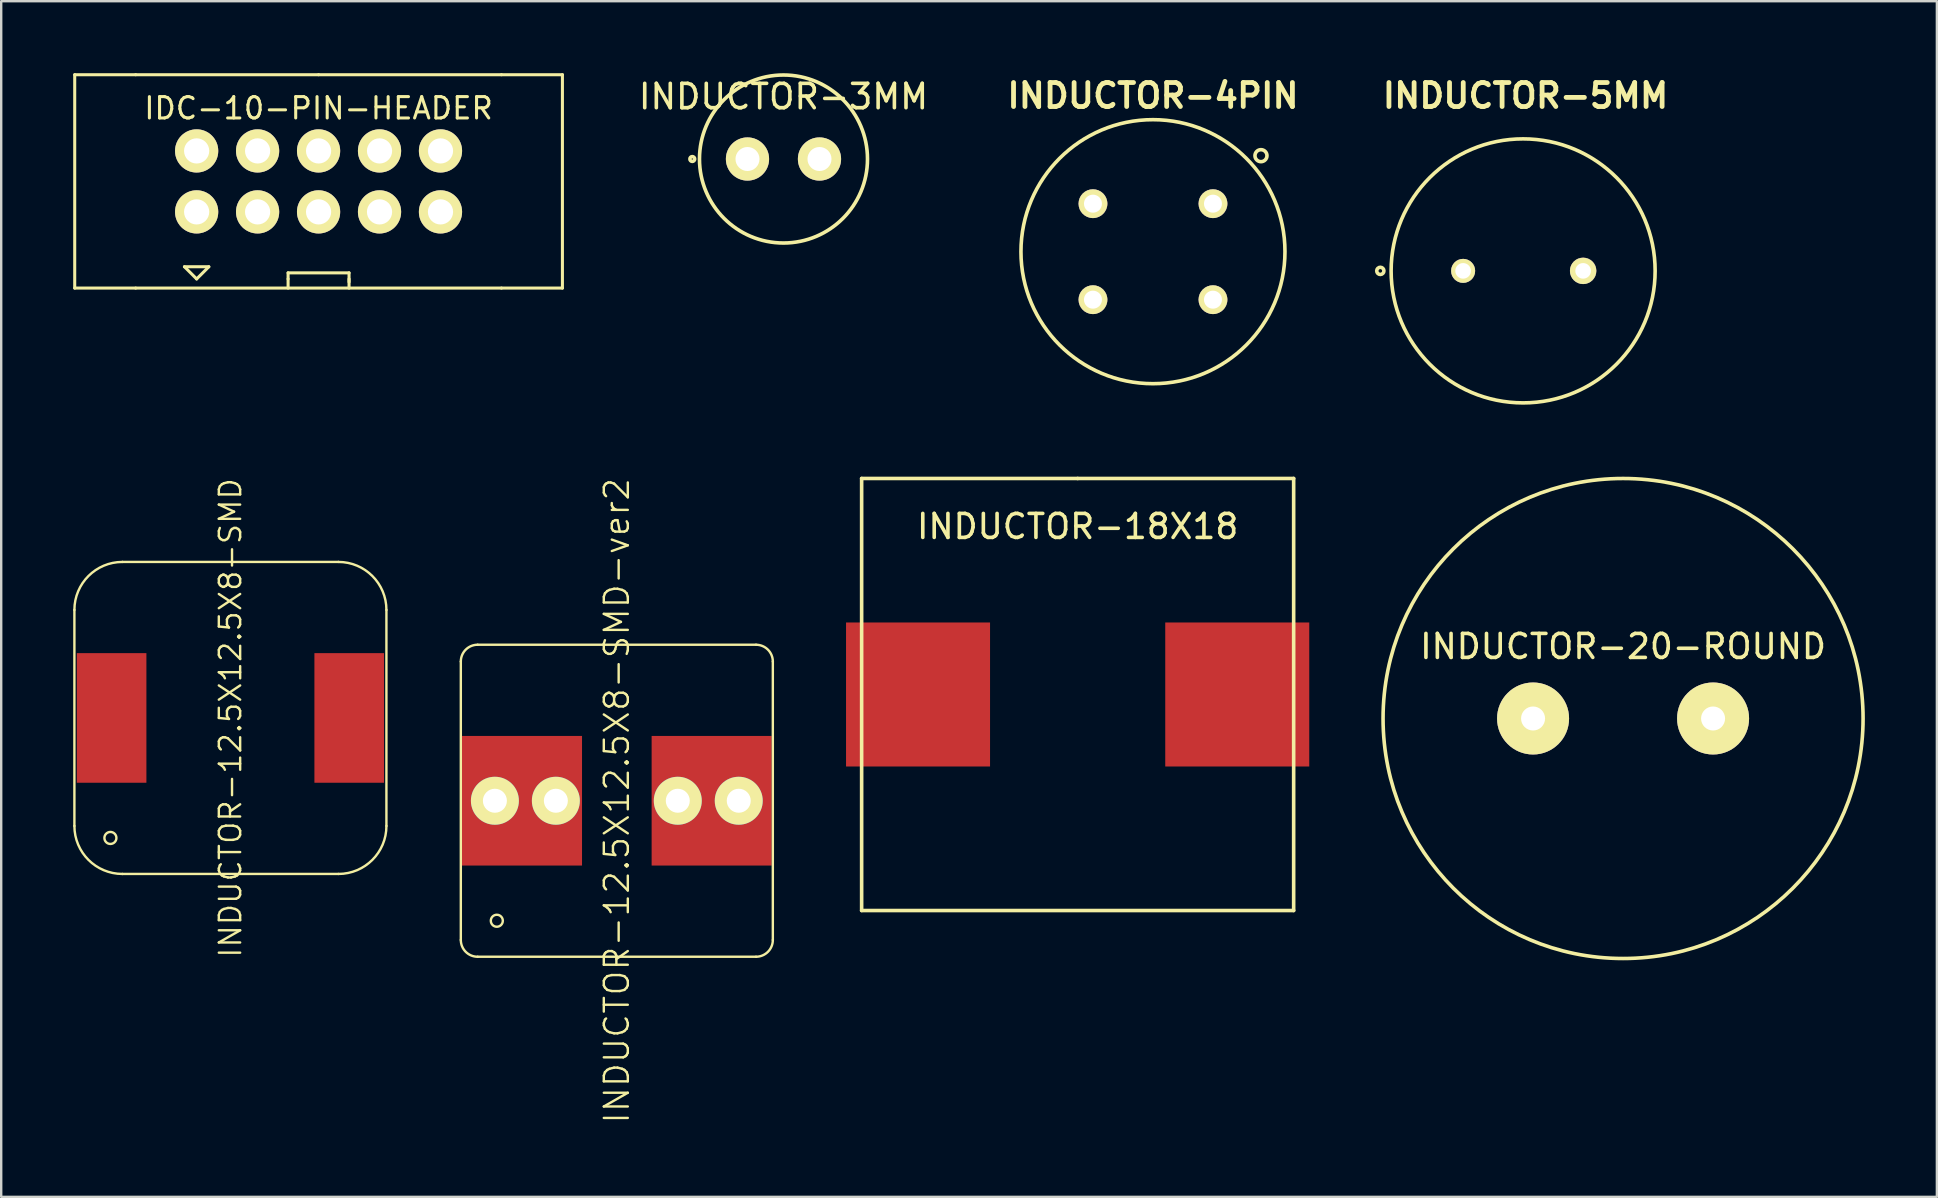
<source format=kicad_pcb>
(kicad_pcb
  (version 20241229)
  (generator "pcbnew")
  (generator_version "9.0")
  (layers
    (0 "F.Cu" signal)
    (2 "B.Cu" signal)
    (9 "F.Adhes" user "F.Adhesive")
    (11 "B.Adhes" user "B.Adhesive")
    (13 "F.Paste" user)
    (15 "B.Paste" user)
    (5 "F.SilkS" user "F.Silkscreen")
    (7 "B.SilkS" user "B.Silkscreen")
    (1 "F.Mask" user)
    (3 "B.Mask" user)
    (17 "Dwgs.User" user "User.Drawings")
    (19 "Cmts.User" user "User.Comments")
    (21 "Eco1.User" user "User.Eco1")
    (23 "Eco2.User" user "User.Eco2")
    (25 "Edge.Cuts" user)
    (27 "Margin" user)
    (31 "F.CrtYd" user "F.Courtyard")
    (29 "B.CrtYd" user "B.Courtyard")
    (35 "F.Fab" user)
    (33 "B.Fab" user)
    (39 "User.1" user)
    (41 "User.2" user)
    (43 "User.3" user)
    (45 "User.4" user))
  (footprint "INDUCTOR-20-ROUND"
    (layer "F.Cu")
    (at 64.575 26.886)
    (property "Reference" "INDUCTOR-20-ROUND" (at 0 -3 0) (layer "F.SilkS") (effects (font (size 1 1) (thickness 0.15))))
    (attr through_hole)
    (fp_circle (center 0 0) (end 0 -10) (stroke (width 0.15) (type solid)) (fill no) (layer "F.SilkS"))
    (pad "1" thru_hole circle (at -3.75 0) (size 3 3) (drill 1) (layers "*.Cu" "*.Mask" "F.SilkS"))
    (pad "2" thru_hole circle (at 3.75 0) (size 3 3) (drill 1) (layers "*.Cu" "*.Mask" "F.SilkS")))
  (footprint "INDUCTOR-3MM"
    (layer "F.Cu")
    (at 29.594 3.575)
    (property "Reference" "INDUCTOR-3MM" (at 0 -2.6 0) (layer "F.SilkS") (effects (font (size 1.016 1.016) (thickness 0.15))))
    (attr through_hole)
    (fp_circle (center -3.8 0) (end -3.9 0) (stroke (width 0.15) (type solid)) (fill no) (layer "F.SilkS"))
    (fp_circle (center 0 0) (end -3.5 0) (stroke (width 0.15) (type solid)) (fill no) (layer "F.SilkS"))
    (pad "1" thru_hole circle (at -1.5 0) (size 1.8 1.8) (drill 1) (layers "*.Cu" "*.Mask" "F.SilkS"))
    (pad "2" thru_hole circle (at 1.5 0) (size 1.8 1.8) (drill 1) (layers "*.Cu" "*.Mask" "F.SilkS")))
  (footprint "INDUCTOR-12.5X12.5X8-SMD-ver2"
    (layer "F.Cu")
    (at 22.65 30.313)
    (property "Reference" "INDUCTOR-12.5X12.5X8-SMD-ver2" (at 0 0 90) (layer "F.SilkS") (effects (font (size 1 1) (thickness 0.1))))
    (attr through_hole)
    (fp_line (start -6.5 5.8) (end -6.5 -5.8) (stroke (width 0.1) (type solid)) (layer "F.SilkS"))
    (fp_line (start -5.8 -6.5) (end 5.8 -6.5) (stroke (width 0.1) (type solid)) (layer "F.SilkS"))
    (fp_line (start 5.8 6.5) (end -5.8 6.5) (stroke (width 0.1) (type solid)) (layer "F.SilkS"))
    (fp_line (start 6.5 -5.8) (end 6.5 5.8) (stroke (width 0.1) (type solid)) (layer "F.SilkS"))
    (fp_arc (start -6.5 -5.8) (mid -6.294975 -6.294975) (end -5.8 -6.5) (stroke (width 0.1) (type solid)) (layer "F.SilkS"))
    (fp_arc (start -5.8 6.5) (mid -6.294975 6.294975) (end -6.5 5.8) (stroke (width 0.1) (type solid)) (layer "F.SilkS"))
    (fp_arc (start 5.8 -6.5) (mid 6.294975 -6.294975) (end 6.5 -5.8) (stroke (width 0.1) (type solid)) (layer "F.SilkS"))
    (fp_arc (start 6.5 5.8) (mid 6.294975 6.294975) (end 5.8 6.5) (stroke (width 0.1) (type solid)) (layer "F.SilkS"))
    (fp_circle (center -5 5) (end -5.25 5) (stroke (width 0.1) (type solid)) (fill no) (layer "F.SilkS"))
    (pad "1" thru_hole circle (at -5.08 0) (size 2 2) (drill 1) (layers "*.Cu" "*.Mask" "F.SilkS"))
    (pad "1" smd rect (at -4.95 0) (size 5 5.4) (drill (offset 1 0)) (layers "F.Cu" "F.Mask" "F.Paste"))
    (pad "1" thru_hole circle (at -2.54 0) (size 2 2) (drill 1) (layers "*.Cu" "*.Mask" "F.SilkS"))
    (pad "2" thru_hole circle (at 2.54 0) (size 2 2) (drill 1) (layers "*.Cu" "*.Mask" "F.SilkS"))
    (pad "2" smd rect (at 4.95 0) (size 5 5.4) (drill (offset -1 0)) (layers "F.Cu" "F.Mask" "F.Paste"))
    (pad "2" thru_hole circle (at 5.08 0) (size 2 2) (drill 1) (layers "*.Cu" "*.Mask" "F.SilkS")))
  (footprint "IDC-10-PIN-HEADER"
    (layer "F.Cu")
    (at 10.223 4.508)
    (property "Reference" "IDC-10-PIN-HEADER" (at 0 -3.048 0) (layer "F.SilkS") (effects (font (size 0.889 0.889) (thickness 0.127))))
    (attr through_hole)
    (fp_line (start -10.16 -4.445) (end -10.16 4.445) (stroke (width 0.127) (type solid)) (layer "F.SilkS"))
    (fp_line (start -10.16 -4.445) (end -7.62 -4.445) (stroke (width 0.127) (type solid)) (layer "F.SilkS"))
    (fp_line (start -10.16 4.445) (end -7.62 4.445) (stroke (width 0.127) (type solid)) (layer "F.SilkS"))
    (fp_line (start -7.62 4.445) (end 7.62 4.445) (stroke (width 0.127) (type solid)) (layer "F.SilkS"))
    (fp_line (start -5.588 3.556) (end -5.08 4.064) (stroke (width 0.127) (type solid)) (layer "F.SilkS"))
    (fp_line (start -5.08 4.064) (end -4.572 3.556) (stroke (width 0.127) (type solid)) (layer "F.SilkS"))
    (fp_line (start -4.572 3.556) (end -5.588 3.556) (stroke (width 0.127) (type solid)) (layer "F.SilkS"))
    (fp_line (start -1.27 3.81) (end 1.27 3.81) (stroke (width 0.127) (type solid)) (layer "F.SilkS"))
    (fp_line (start -1.27 4.064) (end -1.27 3.81) (stroke (width 0.127) (type solid)) (layer "F.SilkS"))
    (fp_line (start -1.27 4.445) (end -1.27 4.064) (stroke (width 0.127) (type solid)) (layer "F.SilkS"))
    (fp_line (start 0 -4.445) (end -7.62 -4.445) (stroke (width 0.127) (type solid)) (layer "F.SilkS"))
    (fp_line (start 1.27 3.81) (end 1.27 4.191) (stroke (width 0.127) (type solid)) (layer "F.SilkS"))
    (fp_line (start 1.27 4.064) (end 1.27 4.445) (stroke (width 0.127) (type solid)) (layer "F.SilkS"))
    (fp_line (start 7.62 -4.445) (end 0 -4.445) (stroke (width 0.127) (type solid)) (layer "F.SilkS"))
    (fp_line (start 7.62 -4.445) (end 10.16 -4.445) (stroke (width 0.127) (type solid)) (layer "F.SilkS"))
    (fp_line (start 7.62 4.445) (end 10.16 4.445) (stroke (width 0.127) (type solid)) (layer "F.SilkS"))
    (fp_line (start 10.16 4.445) (end 10.16 -4.445) (stroke (width 0.127) (type solid)) (layer "F.SilkS"))
    (pad "1" thru_hole circle (at -5.08 1.27) (size 1.8 1.8) (drill 1.05) (layers "*.Cu" "*.Mask" "F.SilkS"))
    (pad "2" thru_hole circle (at -5.08 -1.27) (size 1.8 1.8) (drill 1.05) (layers "*.Cu" "*.Mask" "F.SilkS"))
    (pad "3" thru_hole circle (at -2.54 1.27) (size 1.8 1.8) (drill 1.05) (layers "*.Cu" "*.Mask" "F.SilkS"))
    (pad "4" thru_hole circle (at -2.54 -1.27) (size 1.8 1.8) (drill 1.05) (layers "*.Cu" "*.Mask" "F.SilkS"))
    (pad "5" thru_hole circle (at 0 1.27) (size 1.8 1.8) (drill 1.05) (layers "*.Cu" "*.Mask" "F.SilkS"))
    (pad "6" thru_hole circle (at 0 -1.27) (size 1.8 1.8) (drill 1.05) (layers "*.Cu" "*.Mask" "F.SilkS"))
    (pad "7" thru_hole circle (at 2.54 1.27) (size 1.8 1.8) (drill 1.05) (layers "*.Cu" "*.Mask" "F.SilkS"))
    (pad "8" thru_hole circle (at 2.54 -1.27) (size 1.8 1.8) (drill 1.05) (layers "*.Cu" "*.Mask" "F.SilkS"))
    (pad "9" thru_hole circle (at 5.08 1.27) (size 1.8 1.8) (drill 1.05) (layers "*.Cu" "*.Mask" "F.SilkS"))
    (pad "10" thru_hole circle (at 5.08 -1.27) (size 1.8 1.8) (drill 1.05) (layers "*.Cu" "*.Mask" "F.SilkS")))
  (footprint "INDUCTOR-5MM"
    (layer "F.Cu")
    (at 60.411 8.236)
    (property "Reference" "INDUCTOR-5MM" (at 0.1 -7.3 0) (layer "F.SilkS") (effects (font (size 1 1) (thickness 0.2))))
    (attr through_hole)
    (fp_circle (center -5.95 0) (end -6.1 0) (stroke (width 0.15) (type solid)) (fill no) (layer "F.SilkS"))
    (fp_circle (center 0 0) (end -5.5 0) (stroke (width 0.15) (type solid)) (fill no) (layer "F.SilkS"))
    (pad "1" thru_hole circle (at -2.5 0) (size 1 1) (drill 0.65) (layers "*.Cu" "*.Mask" "F.SilkS"))
    (pad "2" thru_hole circle (at 2.5 0) (size 1.1 1.1) (drill 0.65) (layers "*.Cu" "*.Mask" "F.SilkS")))
  (footprint "INDUCTOR-12.5X12.5X8-SMD"
    (layer "F.Cu")
    (at 6.55 26.863)
    (property "Reference" "INDUCTOR-12.5X12.5X8-SMD" (at 0 0 90) (layer "F.SilkS") (effects (font (size 0.889 0.889) (thickness 0.1))))
    (attr through_hole)
    (fp_line (start -6.5 -4.5) (end -6.5 4.5) (stroke (width 0.1) (type solid)) (layer "F.SilkS"))
    (fp_line (start -4.5 -6.5) (end 4.5 -6.5) (stroke (width 0.1) (type solid)) (layer "F.SilkS"))
    (fp_line (start -4.5 6.5) (end 4.5 6.5) (stroke (width 0.1) (type solid)) (layer "F.SilkS"))
    (fp_line (start 6.5 4.5) (end 6.5 -4.5) (stroke (width 0.1) (type solid)) (layer "F.SilkS"))
    (fp_arc (start -6.5 -4.5) (mid -5.914214 -5.914214) (end -4.5 -6.5) (stroke (width 0.1) (type solid)) (layer "F.SilkS"))
    (fp_arc (start -4.5 6.5) (mid -5.914214 5.914214) (end -6.5 4.5) (stroke (width 0.1) (type solid)) (layer "F.SilkS"))
    (fp_arc (start 4.5 -6.5) (mid 5.914214 -5.914214) (end 6.5 -4.5) (stroke (width 0.1) (type solid)) (layer "F.SilkS"))
    (fp_arc (start 6.5 4.5) (mid 5.914214 5.914214) (end 4.5 6.5) (stroke (width 0.1) (type solid)) (layer "F.SilkS"))
    (fp_circle (center -5 5) (end -5.25 5) (stroke (width 0.1) (type solid)) (fill no) (layer "F.SilkS"))
    (pad "1" smd rect (at -4.95 0) (size 2.9 5.4) (layers "F.Cu" "F.Mask" "F.Paste"))
    (pad "2" smd rect (at 4.95 0) (size 2.9 5.4) (layers "F.Cu" "F.Mask" "F.Paste")))
  (footprint "INDUCTOR-18X18"
    (layer "F.Cu")
    (at 41.85 25.886)
    (property "Reference" "INDUCTOR-18X18" (at 0 -7 0) (layer "F.SilkS") (effects (font (size 1 1) (thickness 0.15))))
    (attr through_hole)
    (fp_line (start -9 -9) (end 0 -9) (stroke (width 0.15) (type solid)) (layer "F.SilkS"))
    (fp_line (start -9 9) (end -9 -9) (stroke (width 0.15) (type solid)) (layer "F.SilkS"))
    (fp_line (start 0 -9) (end 9 -9) (stroke (width 0.15) (type solid)) (layer "F.SilkS"))
    (fp_line (start 9 -9) (end 9 9) (stroke (width 0.15) (type solid)) (layer "F.SilkS"))
    (fp_line (start 9 9) (end -9 9) (stroke (width 0.15) (type solid)) (layer "F.SilkS"))
    (pad "1" smd rect (at -6.65 0) (size 6 6) (layers "F.Cu" "F.Mask" "F.Paste"))
    (pad "2" smd rect (at 6.65 0) (size 6 6) (layers "F.Cu" "F.Mask" "F.Paste")))
  (footprint "INDUCTOR-4PIN"
    (layer "F.Cu")
    (at 44.988 7.436)
    (property "Reference" "INDUCTOR-4PIN" (at 0 -6.5 0) (layer "F.SilkS") (effects (font (size 1 1) (thickness 0.2))))
    (attr through_hole)
    (fp_circle (center 0 0) (end 0 -5.5) (stroke (width 0.15) (type solid)) (fill no) (layer "F.SilkS"))
    (fp_circle (center 4.5 -4) (end 4.75 -4) (stroke (width 0.15) (type solid)) (fill no) (layer "F.SilkS"))
    (pad "1" thru_hole circle (at 2.5 -2) (size 1.2 1.2) (drill 0.75) (layers "*.Cu" "*.Mask" "F.SilkS"))
    (pad "2" thru_hole circle (at 2.5 2) (size 1.2 1.2) (drill 0.75) (layers "*.Cu" "*.Mask" "F.SilkS"))
    (pad "3" thru_hole circle (at -2.5 2) (size 1.2 1.2) (drill 0.75) (layers "*.Cu" "*.Mask" "F.SilkS"))
    (pad "4" thru_hole circle (at -2.5 -2) (size 1.2 1.2) (drill 0.75) (layers "*.Cu" "*.Mask" "F.SilkS")))
  (gr_rect
    (start -3 -3)
    (end 77.65 46.816)
    (stroke (width 0.1) (type default))
    (fill no)
    (layer "Edge.Cuts")))
</source>
